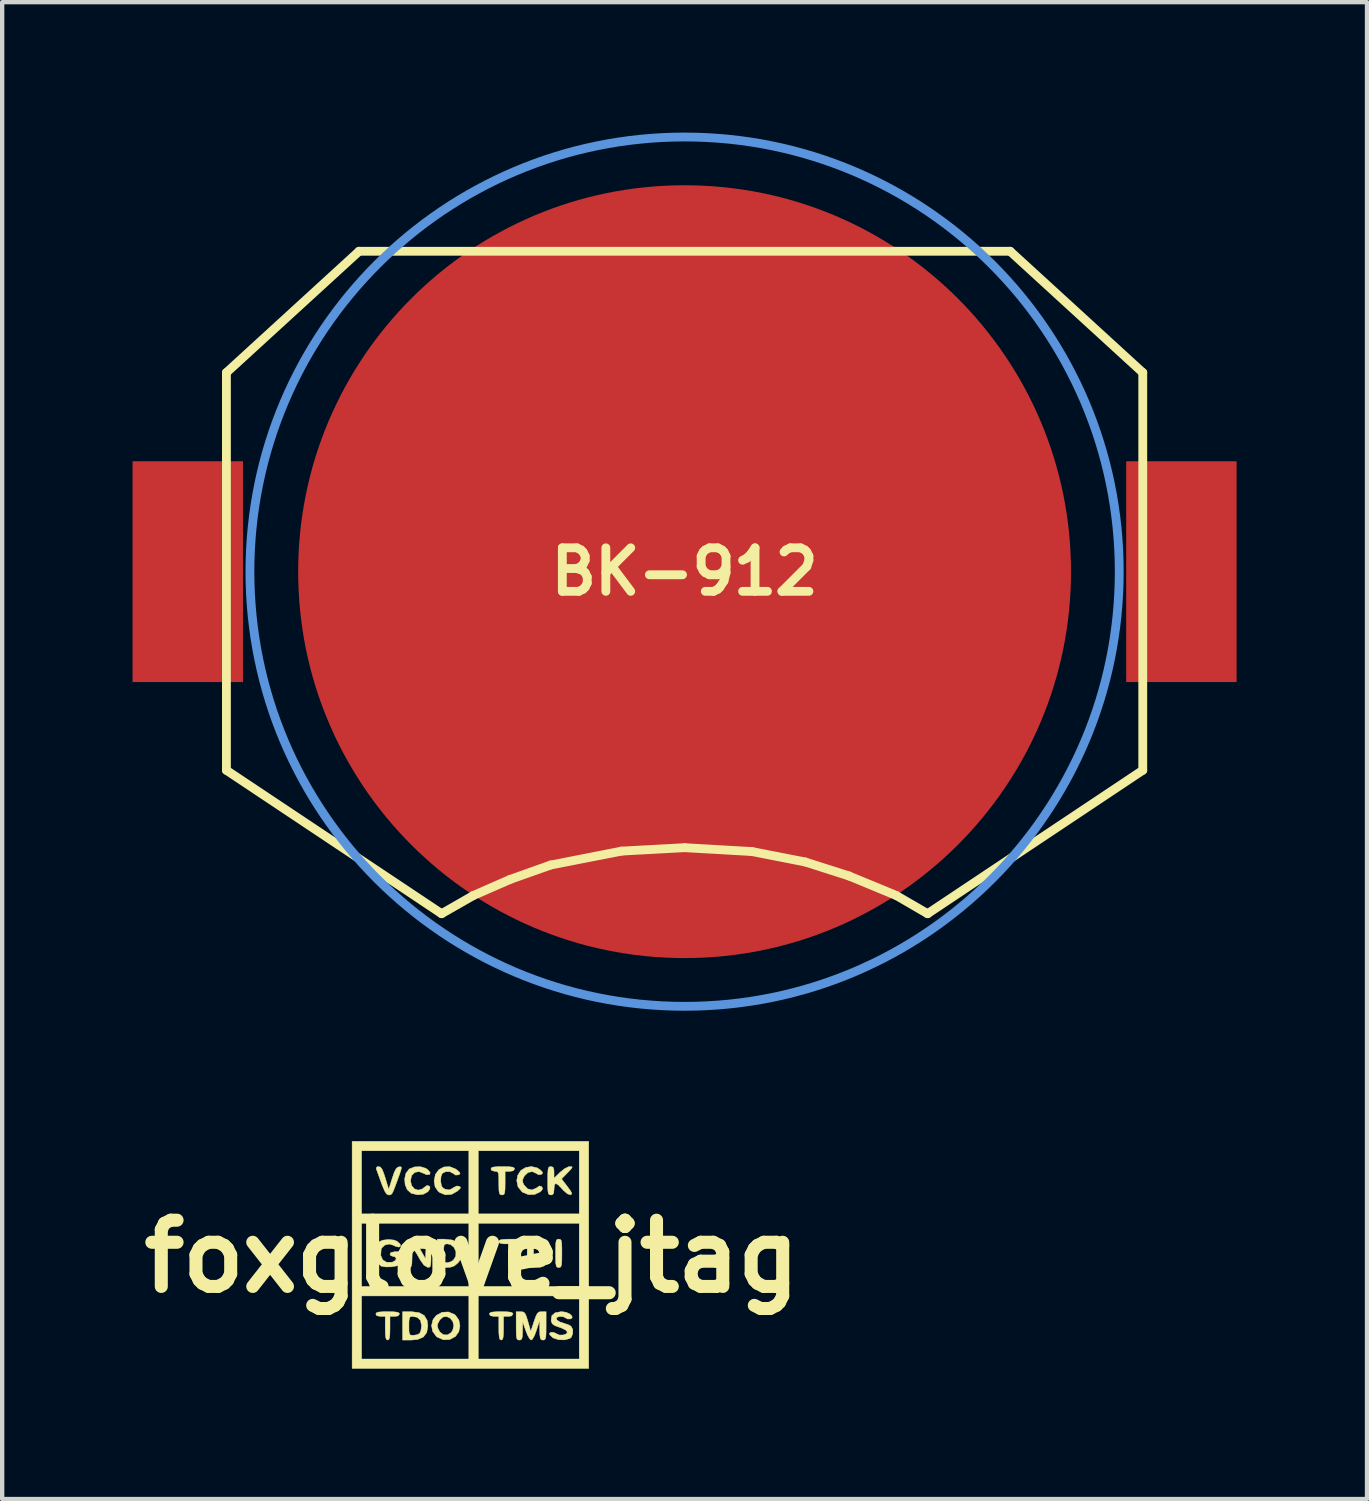
<source format=kicad_pcb>
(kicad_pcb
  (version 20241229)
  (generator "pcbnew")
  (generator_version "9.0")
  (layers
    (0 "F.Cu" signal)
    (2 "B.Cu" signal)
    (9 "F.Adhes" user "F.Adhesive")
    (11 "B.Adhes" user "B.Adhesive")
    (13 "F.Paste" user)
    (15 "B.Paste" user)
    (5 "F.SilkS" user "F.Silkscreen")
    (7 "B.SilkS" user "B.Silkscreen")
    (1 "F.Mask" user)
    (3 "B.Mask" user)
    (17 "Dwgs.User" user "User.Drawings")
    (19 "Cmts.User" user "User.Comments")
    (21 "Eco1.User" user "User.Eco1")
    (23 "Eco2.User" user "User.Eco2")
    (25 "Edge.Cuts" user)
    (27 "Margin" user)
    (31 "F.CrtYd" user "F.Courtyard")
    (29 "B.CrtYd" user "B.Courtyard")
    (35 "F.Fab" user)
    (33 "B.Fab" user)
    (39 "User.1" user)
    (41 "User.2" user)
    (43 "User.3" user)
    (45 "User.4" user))
  (footprint "foxglove_jtag"
    (layer "F.Cu")
    (at 7.809 25.857)
    (property "Reference" "foxglove_jtag" (at 0 0 0) (layer "F.SilkS") (effects (font (size 1.524 1.524) (thickness 0.3))))
    (attr exclude_from_pos_files exclude_from_bom)
    (fp_poly (pts (xy 2.03 -0.394) (xy 2.052 -0.368) (xy 2.063 -0.309) (xy 2.068 -0.201) (xy 2.068 -0.073) (xy 2.067 0.083) (xy 2.061 0.179) (xy 2.048 0.23) (xy 2.024 0.251) (xy 1.996 0.254) (xy 1.961 0.249) (xy 1.94 0.223) (xy 1.928 0.163) (xy 1.924 0.056) (xy 1.923 -0.073) (xy 1.924 -0.228) (xy 1.93 -0.324) (xy 1.943 -0.376) (xy 1.967 -0.396) (xy 1.996 -0.399) (xy 2.03 -0.394)) (stroke (width 0.01) (type solid)) (fill yes) (layer "F.SilkS"))
    (fp_poly (pts (xy -1.798 1.273) (xy -1.713 1.283) (xy -1.675 1.304) (xy -1.669 1.324) (xy -1.702 1.368) (xy -1.778 1.379) (xy -1.887 1.379) (xy -1.887 1.651) (xy -1.89 1.795) (xy -1.9 1.879) (xy -1.92 1.917) (xy -1.941 1.923) (xy -1.97 1.909) (xy -1.987 1.857) (xy -1.994 1.755) (xy -1.996 1.651) (xy -1.996 1.379) (xy -2.105 1.379) (xy -2.191 1.363) (xy -2.213 1.324) (xy -2.199 1.296) (xy -2.148 1.279) (xy -2.046 1.271) (xy -1.941 1.27) (xy -1.798 1.273)) (stroke (width 0.01) (type solid)) (fill yes) (layer "F.SilkS"))
    (fp_poly (pts (xy 0.815 1.273) (xy 0.899 1.283) (xy 0.937 1.304) (xy 0.943 1.324) (xy 0.911 1.368) (xy 0.835 1.379) (xy 0.726 1.379) (xy 0.726 1.651) (xy 0.723 1.795) (xy 0.713 1.879) (xy 0.692 1.917) (xy 0.671 1.923) (xy 0.643 1.909) (xy 0.626 1.857) (xy 0.618 1.755) (xy 0.617 1.651) (xy 0.617 1.379) (xy 0.508 1.379) (xy 0.422 1.363) (xy 0.399 1.324) (xy 0.413 1.296) (xy 0.465 1.279) (xy 0.567 1.271) (xy 0.671 1.27) (xy 0.815 1.273)) (stroke (width 0.01) (type solid)) (fill yes) (layer "F.SilkS"))
    (fp_poly (pts (xy 1.056 -0.397) (xy 1.145 -0.387) (xy 1.188 -0.369) (xy 1.197 -0.345) (xy 1.165 -0.302) (xy 1.089 -0.29) (xy 0.98 -0.29) (xy 0.98 -0.018) (xy 0.978 0.121) (xy 0.97 0.203) (xy 0.952 0.242) (xy 0.92 0.254) (xy 0.907 0.254) (xy 0.87 0.248) (xy 0.848 0.218) (xy 0.838 0.151) (xy 0.835 0.031) (xy 0.835 -0.018) (xy 0.835 -0.29) (xy 0.726 -0.29) (xy 0.639 -0.307) (xy 0.617 -0.345) (xy 0.631 -0.373) (xy 0.68 -0.389) (xy 0.779 -0.397) (xy 0.907 -0.399) (xy 1.056 -0.397)) (stroke (width 0.01) (type solid)) (fill yes) (layer "F.SilkS"))
    (fp_poly (pts (xy 0.851 -2.065) (xy 0.935 -2.055) (xy 0.973 -2.035) (xy 0.98 -2.014) (xy 0.947 -1.971) (xy 0.871 -1.959) (xy 0.762 -1.959) (xy 0.762 -1.687) (xy 0.76 -1.548) (xy 0.752 -1.467) (xy 0.735 -1.427) (xy 0.702 -1.416) (xy 0.689 -1.415) (xy 0.652 -1.422) (xy 0.631 -1.451) (xy 0.62 -1.518) (xy 0.617 -1.638) (xy 0.617 -1.687) (xy 0.616 -1.826) (xy 0.609 -1.907) (xy 0.591 -1.946) (xy 0.558 -1.958) (xy 0.526 -1.959) (xy 0.453 -1.978) (xy 0.435 -2.014) (xy 0.45 -2.043) (xy 0.501 -2.059) (xy 0.603 -2.067) (xy 0.708 -2.068) (xy 0.851 -2.065)) (stroke (width 0.01) (type solid)) (fill yes) (layer "F.SilkS"))
    (fp_poly (pts (xy -1.219 1.292) (xy -1.098 1.358) (xy -1.032 1.471) (xy -1.016 1.597) (xy -1.041 1.749) (xy -1.118 1.852) (xy -1.249 1.909) (xy -1.395 1.923) (xy -1.597 1.923) (xy -1.597 1.597) (xy -1.451 1.597) (xy -1.45 1.717) (xy -1.44 1.782) (xy -1.413 1.809) (xy -1.362 1.814) (xy -1.35 1.814) (xy -1.259 1.8) (xy -1.205 1.771) (xy -1.176 1.708) (xy -1.162 1.609) (xy -1.161 1.591) (xy -1.185 1.469) (xy -1.26 1.399) (xy -1.376 1.379) (xy -1.418 1.386) (xy -1.441 1.419) (xy -1.45 1.495) (xy -1.451 1.597) (xy -1.597 1.597) (xy -1.597 1.27) (xy -1.395 1.27) (xy -1.219 1.292)) (stroke (width 0.01) (type solid)) (fill yes) (layer "F.SilkS"))
    (fp_poly (pts (xy -0.45 -0.378) (xy -0.322 -0.315) (xy -0.258 -0.23) (xy -0.22 -0.081) (xy -0.251 0.052) (xy -0.324 0.148) (xy -0.404 0.215) (xy -0.488 0.246) (xy -0.61 0.254) (xy -0.614 0.254) (xy -0.798 0.254) (xy -0.798 -0.073) (xy -0.653 -0.073) (xy -0.651 0.049) (xy -0.64 0.114) (xy -0.614 0.141) (xy -0.574 0.145) (xy -0.485 0.121) (xy -0.429 0.085) (xy -0.373 -0.007) (xy -0.37 -0.112) (xy -0.413 -0.209) (xy -0.493 -0.275) (xy -0.568 -0.29) (xy -0.615 -0.285) (xy -0.641 -0.257) (xy -0.651 -0.191) (xy -0.653 -0.073) (xy -0.798 -0.073) (xy -0.798 -0.399) (xy -0.637 -0.399) (xy -0.45 -0.378)) (stroke (width 0.01) (type solid)) (fill yes) (layer "F.SilkS"))
    (fp_poly (pts (xy 1.618 -0.378) (xy 1.747 -0.315) (xy 1.81 -0.23) (xy 1.849 -0.081) (xy 1.817 0.052) (xy 1.745 0.148) (xy 1.665 0.215) (xy 1.58 0.246) (xy 1.458 0.254) (xy 1.454 0.254) (xy 1.27 0.254) (xy 1.27 -0.073) (xy 1.415 -0.073) (xy 1.417 0.049) (xy 1.429 0.114) (xy 1.455 0.141) (xy 1.494 0.145) (xy 1.583 0.121) (xy 1.639 0.085) (xy 1.696 -0.007) (xy 1.698 -0.112) (xy 1.655 -0.209) (xy 1.575 -0.275) (xy 1.5 -0.29) (xy 1.453 -0.285) (xy 1.428 -0.257) (xy 1.417 -0.191) (xy 1.415 -0.073) (xy 1.27 -0.073) (xy 1.27 -0.399) (xy 1.432 -0.399) (xy 1.618 -0.378)) (stroke (width 0.01) (type solid)) (fill yes) (layer "F.SilkS"))
    (fp_poly (pts (xy -2.106 -2.055) (xy -2.069 -2.007) (xy -2.029 -1.91) (xy -1.995 -1.805) (xy -1.916 -1.542) (xy -1.836 -1.796) (xy -1.789 -1.934) (xy -1.748 -2.016) (xy -1.705 -2.054) (xy -1.679 -2.062) (xy -1.642 -2.064) (xy -1.625 -2.051) (xy -1.629 -2.009) (xy -1.655 -1.925) (xy -1.705 -1.786) (xy -1.709 -1.773) (xy -1.768 -1.614) (xy -1.808 -1.511) (xy -1.838 -1.451) (xy -1.864 -1.424) (xy -1.894 -1.416) (xy -1.92 -1.415) (xy -1.963 -1.435) (xy -2.007 -1.502) (xy -2.061 -1.625) (xy -2.087 -1.696) (xy -2.136 -1.833) (xy -2.177 -1.945) (xy -2.202 -2.014) (xy -2.205 -2.023) (xy -2.19 -2.06) (xy -2.148 -2.068) (xy -2.106 -2.055)) (stroke (width 0.01) (type solid)) (fill yes) (layer "F.SilkS"))
    (fp_poly (pts (xy -1.062 -2.028) (xy -1.012 -1.991) (xy -0.963 -1.931) (xy -0.97 -1.894) (xy -0.982 -1.885) (xy -1.048 -1.881) (xy -1.103 -1.908) (xy -1.217 -1.953) (xy -1.317 -1.935) (xy -1.389 -1.861) (xy -1.415 -1.742) (xy -1.389 -1.629) (xy -1.323 -1.554) (xy -1.234 -1.526) (xy -1.141 -1.554) (xy -1.112 -1.578) (xy -1.052 -1.623) (xy -1.021 -1.633) (xy -0.969 -1.61) (xy -0.969 -1.554) (xy -1.015 -1.489) (xy -1.118 -1.432) (xy -1.252 -1.419) (xy -1.39 -1.452) (xy -1.403 -1.458) (xy -1.49 -1.536) (xy -1.539 -1.654) (xy -1.549 -1.788) (xy -1.52 -1.914) (xy -1.448 -2.008) (xy -1.442 -2.013) (xy -1.323 -2.06) (xy -1.186 -2.065) (xy -1.062 -2.028)) (stroke (width 0.01) (type solid)) (fill yes) (layer "F.SilkS"))
    (fp_poly (pts (xy -0.405 1.333) (xy -0.379 1.354) (xy -0.302 1.463) (xy -0.277 1.598) (xy -0.304 1.733) (xy -0.381 1.841) (xy -0.513 1.911) (xy -0.657 1.917) (xy -0.796 1.857) (xy -0.823 1.836) (xy -0.906 1.722) (xy -0.929 1.597) (xy -0.798 1.597) (xy -0.778 1.667) (xy -0.74 1.736) (xy -0.659 1.801) (xy -0.565 1.805) (xy -0.479 1.751) (xy -0.443 1.696) (xy -0.419 1.588) (xy -0.443 1.492) (xy -0.502 1.42) (xy -0.582 1.383) (xy -0.667 1.393) (xy -0.74 1.457) (xy -0.784 1.539) (xy -0.798 1.597) (xy -0.929 1.597) (xy -0.93 1.587) (xy -0.897 1.453) (xy -0.823 1.357) (xy -0.688 1.284) (xy -0.542 1.276) (xy -0.405 1.333)) (stroke (width 0.01) (type solid)) (fill yes) (layer "F.SilkS"))
    (fp_poly (pts (xy 1.5 -2.038) (xy 1.565 -1.996) (xy 1.62 -1.942) (xy 1.62 -1.908) (xy 1.597 -1.889) (xy 1.53 -1.879) (xy 1.482 -1.91) (xy 1.389 -1.953) (xy 1.29 -1.933) (xy 1.208 -1.856) (xy 1.199 -1.841) (xy 1.163 -1.762) (xy 1.171 -1.698) (xy 1.199 -1.642) (xy 1.279 -1.556) (xy 1.379 -1.531) (xy 1.48 -1.572) (xy 1.492 -1.582) (xy 1.552 -1.623) (xy 1.598 -1.609) (xy 1.607 -1.6) (xy 1.627 -1.558) (xy 1.592 -1.508) (xy 1.565 -1.485) (xy 1.441 -1.427) (xy 1.299 -1.423) (xy 1.167 -1.476) (xy 1.152 -1.487) (xy 1.058 -1.603) (xy 1.03 -1.746) (xy 1.052 -1.867) (xy 1.122 -1.978) (xy 1.235 -2.047) (xy 1.368 -2.069) (xy 1.5 -2.038)) (stroke (width 0.01) (type solid)) (fill yes) (layer "F.SilkS"))
    (fp_poly (pts (xy -0.377 -2.012) (xy -0.346 -1.99) (xy -0.284 -1.935) (xy -0.276 -1.902) (xy -0.305 -1.879) (xy -0.377 -1.872) (xy -0.42 -1.903) (xy -0.508 -1.951) (xy -0.609 -1.952) (xy -0.687 -1.908) (xy -0.713 -1.839) (xy -0.72 -1.737) (xy -0.719 -1.718) (xy -0.701 -1.619) (xy -0.656 -1.566) (xy -0.609 -1.545) (xy -0.519 -1.531) (xy -0.446 -1.569) (xy -0.438 -1.576) (xy -0.352 -1.621) (xy -0.301 -1.616) (xy -0.264 -1.595) (xy -0.274 -1.563) (xy -0.337 -1.504) (xy -0.338 -1.503) (xy -0.47 -1.429) (xy -0.611 -1.418) (xy -0.74 -1.469) (xy -0.782 -1.504) (xy -0.849 -1.603) (xy -0.871 -1.73) (xy -0.871 -1.742) (xy -0.841 -1.889) (xy -0.761 -1.998) (xy -0.647 -2.059) (xy -0.514 -2.066) (xy -0.377 -2.012)) (stroke (width 0.01) (type solid)) (fill yes) (layer "F.SilkS"))
    (fp_poly (pts (xy 2.296 -2.065) (xy 2.305 -2.047) (xy 2.27 -2.001) (xy 2.198 -1.926) (xy 2.06 -1.785) (xy 2.194 -1.609) (xy 2.266 -1.511) (xy 2.295 -1.455) (xy 2.287 -1.428) (xy 2.264 -1.42) (xy 2.196 -1.441) (xy 2.104 -1.52) (xy 2.07 -1.559) (xy 1.982 -1.65) (xy 1.926 -1.679) (xy 1.896 -1.643) (xy 1.887 -1.543) (xy 1.887 -1.536) (xy 1.878 -1.451) (xy 1.843 -1.418) (xy 1.814 -1.415) (xy 1.78 -1.421) (xy 1.758 -1.446) (xy 1.747 -1.506) (xy 1.742 -1.613) (xy 1.742 -1.742) (xy 1.743 -1.897) (xy 1.749 -1.993) (xy 1.762 -2.045) (xy 1.786 -2.065) (xy 1.814 -2.068) (xy 1.863 -2.055) (xy 1.884 -2.002) (xy 1.887 -1.934) (xy 1.887 -1.8) (xy 2.024 -1.934) (xy 2.13 -2.019) (xy 2.223 -2.065) (xy 2.25 -2.068) (xy 2.296 -2.065)) (stroke (width 0.01) (type solid)) (fill yes) (layer "F.SilkS"))
    (fp_poly (pts (xy 1.176 1.276) (xy 1.215 1.304) (xy 1.248 1.37) (xy 1.285 1.49) (xy 1.287 1.497) (xy 1.352 1.724) (xy 1.427 1.497) (xy 1.47 1.374) (xy 1.506 1.306) (xy 1.546 1.276) (xy 1.603 1.27) (xy 1.705 1.27) (xy 1.705 1.597) (xy 1.704 1.752) (xy 1.699 1.848) (xy 1.685 1.9) (xy 1.661 1.92) (xy 1.633 1.923) (xy 1.593 1.915) (xy 1.571 1.881) (xy 1.561 1.804) (xy 1.558 1.696) (xy 1.556 1.47) (xy 1.484 1.696) (xy 1.437 1.822) (xy 1.392 1.902) (xy 1.362 1.923) (xy 1.324 1.891) (xy 1.277 1.806) (xy 1.24 1.714) (xy 1.167 1.506) (xy 1.164 1.714) (xy 1.159 1.833) (xy 1.146 1.896) (xy 1.117 1.92) (xy 1.089 1.923) (xy 1.054 1.918) (xy 1.033 1.892) (xy 1.021 1.833) (xy 1.017 1.725) (xy 1.016 1.597) (xy 1.016 1.27) (xy 1.119 1.27) (xy 1.176 1.276)) (stroke (width 0.01) (type solid)) (fill yes) (layer "F.SilkS"))
    (fp_poly (pts (xy 2.685 2.576) (xy -2.758 2.576) (xy -2.758 0.907) (xy -2.54 0.907) (xy -2.54 2.359) (xy -0.073 2.359) (xy -0.073 0.907) (xy 0.145 0.907) (xy 0.145 2.359) (xy 2.467 2.359) (xy 2.467 0.907) (xy 0.145 0.907) (xy -0.073 0.907) (xy -2.54 0.907) (xy -2.758 0.907) (xy -2.758 -0.762) (xy -2.54 -0.762) (xy -2.54 0.689) (xy -0.073 0.689) (xy -0.073 -0.762) (xy 0.145 -0.762) (xy 0.145 0.689) (xy 2.467 0.689) (xy 2.467 -0.762) (xy 0.145 -0.762) (xy -0.073 -0.762) (xy -2.54 -0.762) (xy -2.758 -0.762) (xy -2.758 -2.431) (xy -2.54 -2.431) (xy -2.54 -0.98) (xy -0.073 -0.98) (xy -0.073 -2.431) (xy 0.145 -2.431) (xy 0.145 -0.98) (xy 2.467 -0.98) (xy 2.467 -2.431) (xy 0.145 -2.431) (xy -0.073 -2.431) (xy -2.54 -2.431) (xy -2.758 -2.431) (xy -2.758 -2.649) (xy 2.685 -2.649) (xy 2.685 2.576)) (stroke (width 0.01) (type solid)) (fill yes) (layer "F.SilkS"))
    (fp_poly (pts (xy -1.793 -0.377) (xy -1.724 -0.349) (xy -1.653 -0.284) (xy -1.643 -0.235) (xy -1.683 -0.215) (xy -1.763 -0.234) (xy -1.809 -0.259) (xy -1.908 -0.286) (xy -2.006 -0.262) (xy -2.076 -0.196) (xy -2.09 -0.163) (xy -2.099 -0.023) (xy -2.054 0.079) (xy -1.964 0.134) (xy -1.835 0.131) (xy -1.83 0.13) (xy -1.763 0.093) (xy -1.744 0.045) (xy -1.774 0.007) (xy -1.814 0) (xy -1.873 -0.023) (xy -1.887 -0.054) (xy -1.863 -0.092) (xy -1.783 -0.108) (xy -1.742 -0.109) (xy -1.649 -0.105) (xy -1.607 -0.081) (xy -1.597 -0.02) (xy -1.597 0.014) (xy -1.612 0.111) (xy -1.649 0.179) (xy -1.651 0.181) (xy -1.732 0.217) (xy -1.853 0.238) (xy -1.98 0.241) (xy -2.082 0.224) (xy -2.09 0.221) (xy -2.169 0.151) (xy -2.22 0.038) (xy -2.239 -0.094) (xy -2.223 -0.221) (xy -2.169 -0.317) (xy -2.159 -0.326) (xy -2.057 -0.374) (xy -1.923 -0.391) (xy -1.793 -0.377)) (stroke (width 0.01) (type solid)) (fill yes) (layer "F.SilkS"))
    (fp_poly (pts (xy -1.35 -0.383) (xy -1.293 -0.326) (xy -1.222 -0.217) (xy -1.197 -0.172) (xy -1.07 0.054) (xy -1.06 -0.172) (xy -1.049 -0.305) (xy -1.029 -0.377) (xy -0.998 -0.399) (xy -0.996 -0.399) (xy -0.97 -0.385) (xy -0.954 -0.335) (xy -0.946 -0.237) (xy -0.943 -0.079) (xy -0.943 -0.07) (xy -0.944 0.085) (xy -0.949 0.181) (xy -0.961 0.231) (xy -0.984 0.249) (xy -1.021 0.248) (xy -1.025 0.247) (xy -1.105 0.2) (xy -1.19 0.081) (xy -1.2 0.063) (xy -1.277 -0.074) (xy -1.329 -0.145) (xy -1.36 -0.152) (xy -1.375 -0.096) (xy -1.379 0.022) (xy -1.379 0.029) (xy -1.383 0.158) (xy -1.397 0.228) (xy -1.424 0.253) (xy -1.433 0.254) (xy -1.46 0.241) (xy -1.476 0.195) (xy -1.485 0.102) (xy -1.488 -0.049) (xy -1.488 -0.073) (xy -1.487 -0.227) (xy -1.482 -0.323) (xy -1.469 -0.375) (xy -1.445 -0.395) (xy -1.406 -0.399) (xy -1.405 -0.399) (xy -1.35 -0.383)) (stroke (width 0.01) (type solid)) (fill yes) (layer "F.SilkS"))
    (fp_poly (pts (xy 2.167 1.285) (xy 2.247 1.321) (xy 2.298 1.368) (xy 2.304 1.412) (xy 2.27 1.437) (xy 2.198 1.438) (xy 2.167 1.42) (xy 2.101 1.387) (xy 2.017 1.381) (xy 1.953 1.401) (xy 1.944 1.411) (xy 1.95 1.458) (xy 2.018 1.505) (xy 2.123 1.54) (xy 2.216 1.571) (xy 2.277 1.604) (xy 2.317 1.677) (xy 2.318 1.774) (xy 2.284 1.858) (xy 2.252 1.886) (xy 2.131 1.919) (xy 1.991 1.915) (xy 1.871 1.875) (xy 1.859 1.867) (xy 1.799 1.813) (xy 1.778 1.776) (xy 1.806 1.747) (xy 1.869 1.745) (xy 1.933 1.769) (xy 1.948 1.781) (xy 2.01 1.808) (xy 2.093 1.807) (xy 2.164 1.784) (xy 2.195 1.742) (xy 2.195 1.742) (xy 2.161 1.696) (xy 2.067 1.649) (xy 2.014 1.63) (xy 1.904 1.59) (xy 1.847 1.549) (xy 1.824 1.492) (xy 1.82 1.469) (xy 1.836 1.363) (xy 1.912 1.296) (xy 2.048 1.27) (xy 2.07 1.27) (xy 2.167 1.285)) (stroke (width 0.01) (type solid)) (fill yes) (layer "F.SilkS")))
  (footprint "BK-912"
    (layer "F.Cu")
    (at 12.7 10.102)
    (property "Reference" "BK-912" (at 0 0 0) (layer "F.SilkS") (effects (font (size 1.001 1.001) (thickness 0.203))))
    (attr smd)
    (fp_line (start -10.541 -4.58) (end -10.541 4.569) (stroke (width 0.203) (type solid)) (layer "F.SilkS"))
    (fp_line (start -7.49 -7.371) (end -10.541 -4.58) (stroke (width 0.203) (type solid)) (layer "F.SilkS"))
    (fp_line (start -7.49 -7.371) (end 7.49 -7.371) (stroke (width 0.203) (type solid)) (layer "F.SilkS"))
    (fp_line (start -5.591 7.869) (end -10.541 4.569) (stroke (width 0.203) (type solid)) (layer "F.SilkS"))
    (fp_line (start -5.591 7.869) (end -4.859 7.45) (stroke (width 0.203) (type solid)) (layer "F.SilkS"))
    (fp_line (start -4.859 7.45) (end -4.011 7.079) (stroke (width 0.203) (type solid)) (layer "F.SilkS"))
    (fp_line (start -4.011 7.079) (end -3.081 6.749) (stroke (width 0.203) (type solid)) (layer "F.SilkS"))
    (fp_line (start -3.081 6.749) (end -1.45 6.429) (stroke (width 0.203) (type solid)) (layer "F.SilkS"))
    (fp_line (start -1.45 6.429) (end 0 6.35) (stroke (width 0.203) (type solid)) (layer "F.SilkS"))
    (fp_line (start 0 6.35) (end 1.549 6.439) (stroke (width 0.203) (type solid)) (layer "F.SilkS"))
    (fp_line (start 1.549 6.439) (end 2.779 6.68) (stroke (width 0.203) (type solid)) (layer "F.SilkS"))
    (fp_line (start 2.779 6.68) (end 3.78 7) (stroke (width 0.203) (type solid)) (layer "F.SilkS"))
    (fp_line (start 3.78 7) (end 4.869 7.45) (stroke (width 0.203) (type solid)) (layer "F.SilkS"))
    (fp_line (start 4.869 7.45) (end 5.591 7.869) (stroke (width 0.203) (type solid)) (layer "F.SilkS"))
    (fp_line (start 5.591 7.869) (end 10.541 4.569) (stroke (width 0.203) (type solid)) (layer "F.SilkS"))
    (fp_line (start 10.541 -4.58) (end 7.49 -7.371) (stroke (width 0.203) (type solid)) (layer "F.SilkS"))
    (fp_line (start 10.541 -4.58) (end 10.541 4.569) (stroke (width 0.203) (type solid)) (layer "F.SilkS"))
    (fp_circle (center 0 0) (end 10 0) (stroke (width 0.203) (type solid)) (fill no) (layer "Cmts.User"))
    (pad "1" smd rect (at -11.43 0) (size 2.54 5.08) (layers "F.Cu" "F.Mask" "F.Paste"))
    (pad "1" smd rect (at 11.43 0) (size 2.54 5.08) (layers "F.Cu" "F.Mask" "F.Paste"))
    (pad "2" smd circle (at 0 0) (size 17.78 17.78) (layers "F.Cu" "F.Mask")))
  (gr_rect
    (start -3 -3)
    (end 28.4 31.438)
    (stroke (width 0.1) (type default))
    (fill no)
    (layer "Edge.Cuts")))
</source>
